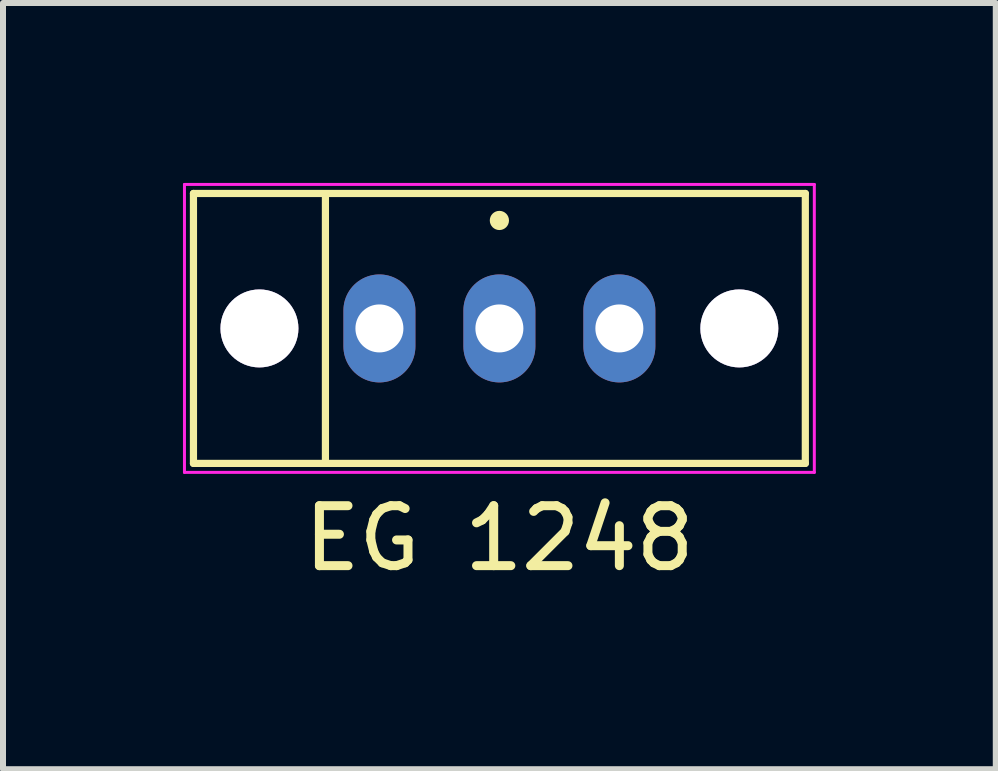
<source format=kicad_pcb>
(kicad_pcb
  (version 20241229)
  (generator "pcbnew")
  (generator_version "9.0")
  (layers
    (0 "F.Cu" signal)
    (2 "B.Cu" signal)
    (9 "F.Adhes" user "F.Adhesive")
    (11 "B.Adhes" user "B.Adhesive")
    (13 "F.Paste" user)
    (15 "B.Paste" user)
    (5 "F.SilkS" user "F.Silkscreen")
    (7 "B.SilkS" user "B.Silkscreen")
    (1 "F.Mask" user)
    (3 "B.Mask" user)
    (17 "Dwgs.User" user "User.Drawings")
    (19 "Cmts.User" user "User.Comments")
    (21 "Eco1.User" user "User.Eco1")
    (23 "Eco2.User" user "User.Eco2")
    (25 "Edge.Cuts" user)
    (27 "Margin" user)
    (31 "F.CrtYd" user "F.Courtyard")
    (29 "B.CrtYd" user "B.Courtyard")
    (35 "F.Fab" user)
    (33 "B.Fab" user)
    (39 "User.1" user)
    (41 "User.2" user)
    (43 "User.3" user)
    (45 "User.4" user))
  (footprint "EG 1248"
    (layer "F.Cu")
    (at 5.275 2.425)
    (property "Reference" "EG 1248" (at 0 3.5 0) (layer "F.SilkS") (effects (font (size 1 1) (thickness 0.15))))
    (fp_line (start -5.1 -2.25) (end 5.1 -2.25) (stroke (width 0.12) (type default)) (layer "F.SilkS"))
    (fp_line (start -5.1 2.25) (end -5.1 -2.25) (stroke (width 0.12) (type default)) (layer "F.SilkS"))
    (fp_line (start -2.9 -2.2) (end -2.9 2.2) (stroke (width 0.12) (type default)) (layer "F.SilkS"))
    (fp_line (start 5.1 -2.25) (end 5.1 2.25) (stroke (width 0.12) (type default)) (layer "F.SilkS"))
    (fp_line (start 5.1 2.25) (end -5.1 2.25) (stroke (width 0.12) (type default)) (layer "F.SilkS"))
    (fp_circle (center 0 -1.8) (end 0.1 -1.8) (stroke (width 0.12) (type solid)) (fill yes) (layer "F.SilkS"))
    (fp_line (start -5.25 -2.4) (end 5.25 -2.4) (stroke (width 0.05) (type default)) (layer "F.CrtYd"))
    (fp_line (start -5.25 2.4) (end -5.25 -2.4) (stroke (width 0.05) (type default)) (layer "F.CrtYd"))
    (fp_line (start 5.25 -2.4) (end 5.25 2.4) (stroke (width 0.05) (type default)) (layer "F.CrtYd"))
    (fp_line (start 5.25 2.4) (end -5.25 2.4) (stroke (width 0.05) (type default)) (layer "F.CrtYd"))
    (pad "" thru_hole circle (at -4 0) (size 1.3 1.3) (drill 1.3) (layers "*.Cu" "*.Mask"))
    (pad "" thru_hole circle (at 4 0) (size 1.3 1.3) (drill 1.3) (layers "*.Cu" "*.Mask"))
    (pad "1" thru_hole oval (at -2 0) (size 1.2 1.8) (drill 0.8) (layers "*.Cu" "*.Mask"))
    (pad "2" thru_hole oval (at 0 0) (size 1.2 1.8) (drill 0.8) (layers "*.Cu" "*.Mask"))
    (pad "3" thru_hole oval (at 2 0) (size 1.2 1.8) (drill 0.8) (layers "*.Cu" "*.Mask")))
  (gr_rect
    (start -3 -3)
    (end 13.55 9.773)
    (stroke (width 0.1) (type default))
    (fill no)
    (layer "Edge.Cuts")))
</source>
